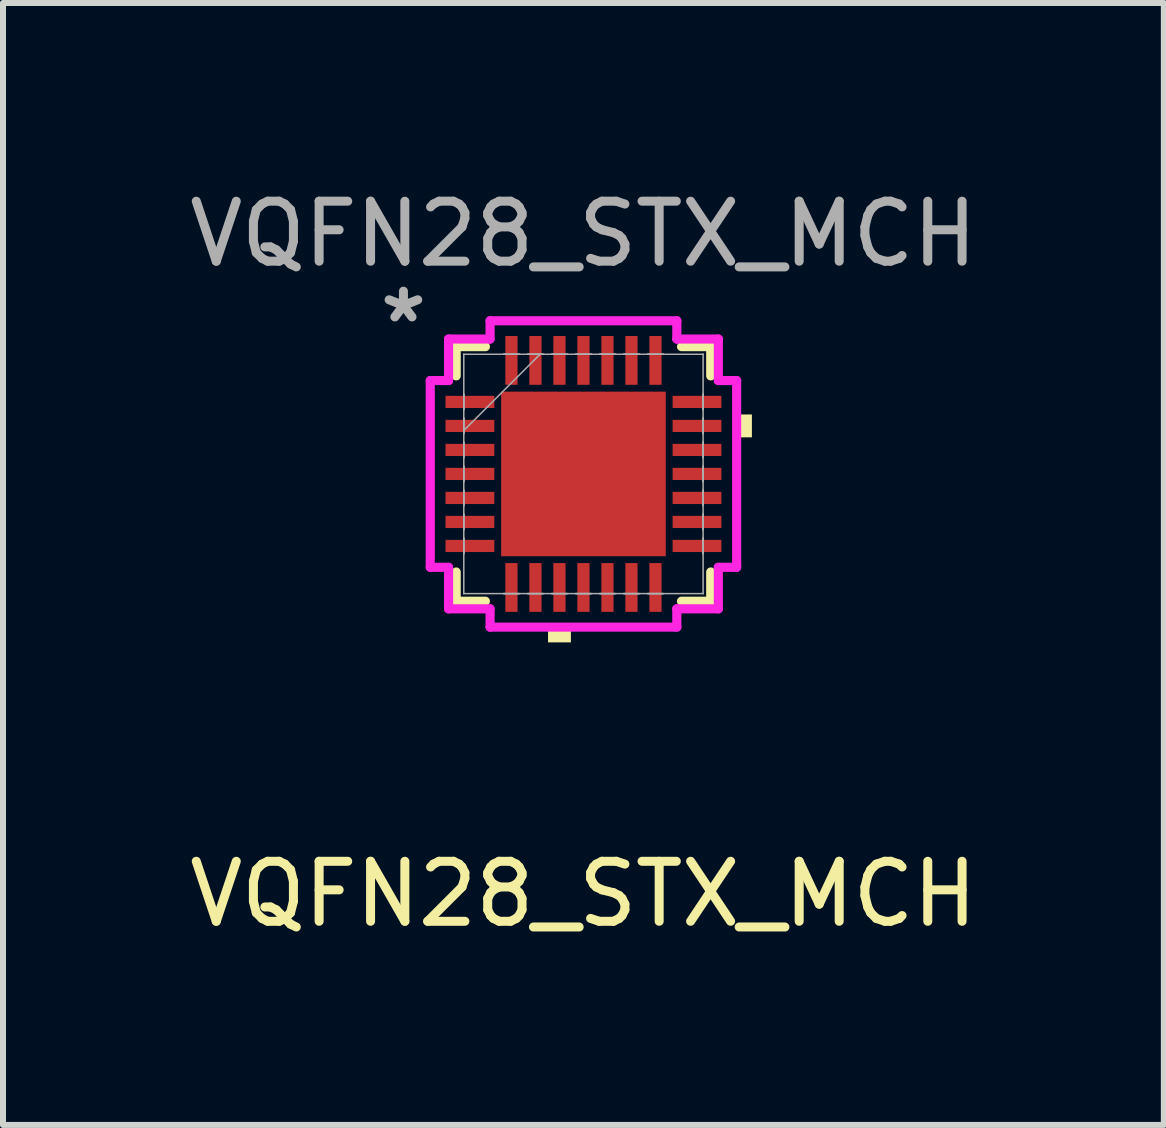
<source format=kicad_pcb>
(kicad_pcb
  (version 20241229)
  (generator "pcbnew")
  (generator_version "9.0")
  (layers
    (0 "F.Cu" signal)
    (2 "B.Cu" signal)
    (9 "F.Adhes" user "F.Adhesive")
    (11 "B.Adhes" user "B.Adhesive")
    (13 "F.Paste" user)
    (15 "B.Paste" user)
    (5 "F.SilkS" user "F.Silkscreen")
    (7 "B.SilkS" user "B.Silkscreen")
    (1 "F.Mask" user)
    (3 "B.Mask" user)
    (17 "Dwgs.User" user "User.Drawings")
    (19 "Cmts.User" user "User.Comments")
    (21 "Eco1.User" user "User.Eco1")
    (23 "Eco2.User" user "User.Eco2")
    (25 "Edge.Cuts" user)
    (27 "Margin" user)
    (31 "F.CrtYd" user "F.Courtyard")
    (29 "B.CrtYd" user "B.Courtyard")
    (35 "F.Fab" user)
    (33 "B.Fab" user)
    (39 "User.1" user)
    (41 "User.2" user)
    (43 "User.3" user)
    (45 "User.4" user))
  (footprint "VQFN28_STX_MCH"
    (layer "F.Cu")
    (at 6.673 4.848)
    (property "Reference" "VQFN28_STX_MCH" (at 0 7 0) (unlocked yes) (layer "F.SilkS") (effects (font (size 1 1) (thickness 0.15))))
    (attr smd)
    (fp_line (start -2.121 -2.121) (end -2.121 -1.634) (stroke (width 0.152) (type solid)) (layer "F.SilkS"))
    (fp_line (start -2.121 1.634) (end -2.121 2.121) (stroke (width 0.152) (type solid)) (layer "F.SilkS"))
    (fp_line (start -2.121 2.121) (end -1.634 2.121) (stroke (width 0.152) (type solid)) (layer "F.SilkS"))
    (fp_line (start -1.634 -2.121) (end -2.121 -2.121) (stroke (width 0.152) (type solid)) (layer "F.SilkS"))
    (fp_line (start 1.634 2.121) (end 2.121 2.121) (stroke (width 0.152) (type solid)) (layer "F.SilkS"))
    (fp_line (start 2.121 -2.121) (end 1.634 -2.121) (stroke (width 0.152) (type solid)) (layer "F.SilkS"))
    (fp_line (start 2.121 -1.634) (end 2.121 -2.121) (stroke (width 0.152) (type solid)) (layer "F.SilkS"))
    (fp_line (start 2.121 2.121) (end 2.121 1.634) (stroke (width 0.152) (type solid)) (layer "F.SilkS"))
    (fp_poly (pts (xy -0.59 2.553) (xy -0.59 2.807) (xy -0.209 2.807) (xy -0.209 2.553)) (stroke (width 0) (type solid)) (fill yes) (layer "F.SilkS"))
    (fp_poly (pts (xy 2.807 -0.991) (xy 2.807 -0.61) (xy 2.553 -0.61) (xy 2.553 -0.991)) (stroke (width 0) (type solid)) (fill yes) (layer "F.SilkS"))
    (fp_poly (pts (xy -1.272 -1.272) (xy -1.272 -0.1) (xy -0.1 -0.1) (xy -0.1 -1.272)) (stroke (width 0) (type solid)) (fill yes) (layer "F.Paste"))
    (fp_poly (pts (xy -1.272 0.1) (xy -1.272 1.272) (xy -0.1 1.272) (xy -0.1 0.1)) (stroke (width 0) (type solid)) (fill yes) (layer "F.Paste"))
    (fp_poly (pts (xy 0.1 -1.272) (xy 0.1 -0.1) (xy 1.272 -0.1) (xy 1.272 -1.272)) (stroke (width 0) (type solid)) (fill yes) (layer "F.Paste"))
    (fp_poly (pts (xy 0.1 0.1) (xy 0.1 1.272) (xy 1.272 1.272) (xy 1.272 0.1)) (stroke (width 0) (type solid)) (fill yes) (layer "F.Paste"))
    (fp_line (start -2.553 -1.556) (end -2.248 -1.556) (stroke (width 0.152) (type solid)) (layer "F.CrtYd"))
    (fp_line (start -2.553 1.556) (end -2.553 -1.556) (stroke (width 0.152) (type solid)) (layer "F.CrtYd"))
    (fp_line (start -2.248 -2.248) (end -1.556 -2.248) (stroke (width 0.152) (type solid)) (layer "F.CrtYd"))
    (fp_line (start -2.248 -1.556) (end -2.248 -2.248) (stroke (width 0.152) (type solid)) (layer "F.CrtYd"))
    (fp_line (start -2.248 1.556) (end -2.553 1.556) (stroke (width 0.152) (type solid)) (layer "F.CrtYd"))
    (fp_line (start -2.248 2.248) (end -2.248 1.556) (stroke (width 0.152) (type solid)) (layer "F.CrtYd"))
    (fp_line (start -1.556 -2.553) (end 1.556 -2.553) (stroke (width 0.152) (type solid)) (layer "F.CrtYd"))
    (fp_line (start -1.556 -2.248) (end -1.556 -2.553) (stroke (width 0.152) (type solid)) (layer "F.CrtYd"))
    (fp_line (start -1.556 2.248) (end -2.248 2.248) (stroke (width 0.152) (type solid)) (layer "F.CrtYd"))
    (fp_line (start -1.556 2.553) (end -1.556 2.248) (stroke (width 0.152) (type solid)) (layer "F.CrtYd"))
    (fp_line (start 1.556 -2.553) (end 1.556 -2.248) (stroke (width 0.152) (type solid)) (layer "F.CrtYd"))
    (fp_line (start 1.556 -2.248) (end 2.248 -2.248) (stroke (width 0.152) (type solid)) (layer "F.CrtYd"))
    (fp_line (start 1.556 2.248) (end 1.556 2.553) (stroke (width 0.152) (type solid)) (layer "F.CrtYd"))
    (fp_line (start 1.556 2.553) (end -1.556 2.553) (stroke (width 0.152) (type solid)) (layer "F.CrtYd"))
    (fp_line (start 2.248 -2.248) (end 2.248 -1.556) (stroke (width 0.152) (type solid)) (layer "F.CrtYd"))
    (fp_line (start 2.248 -1.556) (end 2.553 -1.556) (stroke (width 0.152) (type solid)) (layer "F.CrtYd"))
    (fp_line (start 2.248 1.556) (end 2.248 2.248) (stroke (width 0.152) (type solid)) (layer "F.CrtYd"))
    (fp_line (start 2.248 2.248) (end 1.556 2.248) (stroke (width 0.152) (type solid)) (layer "F.CrtYd"))
    (fp_line (start 2.553 -1.556) (end 2.553 1.556) (stroke (width 0.152) (type solid)) (layer "F.CrtYd"))
    (fp_line (start 2.553 1.556) (end 2.248 1.556) (stroke (width 0.152) (type solid)) (layer "F.CrtYd"))
    (fp_line (start -1.994 -1.994) (end -1.994 -1.994) (stroke (width 0.025) (type solid)) (layer "F.Fab"))
    (fp_line (start -1.994 -1.994) (end -1.994 1.994) (stroke (width 0.025) (type solid)) (layer "F.Fab"))
    (fp_line (start -1.994 -1.327) (end -1.994 -1.327) (stroke (width 0.025) (type solid)) (layer "F.Fab"))
    (fp_line (start -1.994 -1.327) (end -1.994 -1.073) (stroke (width 0.025) (type solid)) (layer "F.Fab"))
    (fp_line (start -1.994 -1.073) (end -1.994 -1.327) (stroke (width 0.025) (type solid)) (layer "F.Fab"))
    (fp_line (start -1.994 -1.073) (end -1.994 -1.073) (stroke (width 0.025) (type solid)) (layer "F.Fab"))
    (fp_line (start -1.994 -0.927) (end -1.994 -0.927) (stroke (width 0.025) (type solid)) (layer "F.Fab"))
    (fp_line (start -1.994 -0.927) (end -1.994 -0.673) (stroke (width 0.025) (type solid)) (layer "F.Fab"))
    (fp_line (start -1.994 -0.724) (end -0.724 -1.994) (stroke (width 0.025) (type solid)) (layer "F.Fab"))
    (fp_line (start -1.994 -0.673) (end -1.994 -0.927) (stroke (width 0.025) (type solid)) (layer "F.Fab"))
    (fp_line (start -1.994 -0.673) (end -1.994 -0.673) (stroke (width 0.025) (type solid)) (layer "F.Fab"))
    (fp_line (start -1.994 -0.527) (end -1.994 -0.527) (stroke (width 0.025) (type solid)) (layer "F.Fab"))
    (fp_line (start -1.994 -0.527) (end -1.994 -0.273) (stroke (width 0.025) (type solid)) (layer "F.Fab"))
    (fp_line (start -1.994 -0.273) (end -1.994 -0.527) (stroke (width 0.025) (type solid)) (layer "F.Fab"))
    (fp_line (start -1.994 -0.273) (end -1.994 -0.273) (stroke (width 0.025) (type solid)) (layer "F.Fab"))
    (fp_line (start -1.994 -0.127) (end -1.994 -0.127) (stroke (width 0.025) (type solid)) (layer "F.Fab"))
    (fp_line (start -1.994 -0.127) (end -1.994 0.127) (stroke (width 0.025) (type solid)) (layer "F.Fab"))
    (fp_line (start -1.994 0.127) (end -1.994 -0.127) (stroke (width 0.025) (type solid)) (layer "F.Fab"))
    (fp_line (start -1.994 0.127) (end -1.994 0.127) (stroke (width 0.025) (type solid)) (layer "F.Fab"))
    (fp_line (start -1.994 0.273) (end -1.994 0.273) (stroke (width 0.025) (type solid)) (layer "F.Fab"))
    (fp_line (start -1.994 0.273) (end -1.994 0.527) (stroke (width 0.025) (type solid)) (layer "F.Fab"))
    (fp_line (start -1.994 0.527) (end -1.994 0.273) (stroke (width 0.025) (type solid)) (layer "F.Fab"))
    (fp_line (start -1.994 0.527) (end -1.994 0.527) (stroke (width 0.025) (type solid)) (layer "F.Fab"))
    (fp_line (start -1.994 0.673) (end -1.994 0.673) (stroke (width 0.025) (type solid)) (layer "F.Fab"))
    (fp_line (start -1.994 0.673) (end -1.994 0.927) (stroke (width 0.025) (type solid)) (layer "F.Fab"))
    (fp_line (start -1.994 0.927) (end -1.994 0.673) (stroke (width 0.025) (type solid)) (layer "F.Fab"))
    (fp_line (start -1.994 0.927) (end -1.994 0.927) (stroke (width 0.025) (type solid)) (layer "F.Fab"))
    (fp_line (start -1.994 1.073) (end -1.994 1.073) (stroke (width 0.025) (type solid)) (layer "F.Fab"))
    (fp_line (start -1.994 1.073) (end -1.994 1.327) (stroke (width 0.025) (type solid)) (layer "F.Fab"))
    (fp_line (start -1.994 1.327) (end -1.994 1.073) (stroke (width 0.025) (type solid)) (layer "F.Fab"))
    (fp_line (start -1.994 1.327) (end -1.994 1.327) (stroke (width 0.025) (type solid)) (layer "F.Fab"))
    (fp_line (start -1.994 1.994) (end -1.994 1.994) (stroke (width 0.025) (type solid)) (layer "F.Fab"))
    (fp_line (start -1.994 1.994) (end 1.994 1.994) (stroke (width 0.025) (type solid)) (layer "F.Fab"))
    (fp_line (start -1.327 -1.994) (end -1.327 -1.994) (stroke (width 0.025) (type solid)) (layer "F.Fab"))
    (fp_line (start -1.327 -1.994) (end -1.073 -1.994) (stroke (width 0.025) (type solid)) (layer "F.Fab"))
    (fp_line (start -1.327 1.994) (end -1.327 1.994) (stroke (width 0.025) (type solid)) (layer "F.Fab"))
    (fp_line (start -1.327 1.994) (end -1.073 1.994) (stroke (width 0.025) (type solid)) (layer "F.Fab"))
    (fp_line (start -1.073 -1.994) (end -1.327 -1.994) (stroke (width 0.025) (type solid)) (layer "F.Fab"))
    (fp_line (start -1.073 -1.994) (end -1.073 -1.994) (stroke (width 0.025) (type solid)) (layer "F.Fab"))
    (fp_line (start -1.073 1.994) (end -1.327 1.994) (stroke (width 0.025) (type solid)) (layer "F.Fab"))
    (fp_line (start -1.073 1.994) (end -1.073 1.994) (stroke (width 0.025) (type solid)) (layer "F.Fab"))
    (fp_line (start -0.927 -1.994) (end -0.927 -1.994) (stroke (width 0.025) (type solid)) (layer "F.Fab"))
    (fp_line (start -0.927 -1.994) (end -0.673 -1.994) (stroke (width 0.025) (type solid)) (layer "F.Fab"))
    (fp_line (start -0.927 1.994) (end -0.927 1.994) (stroke (width 0.025) (type solid)) (layer "F.Fab"))
    (fp_line (start -0.927 1.994) (end -0.673 1.994) (stroke (width 0.025) (type solid)) (layer "F.Fab"))
    (fp_line (start -0.673 -1.994) (end -0.927 -1.994) (stroke (width 0.025) (type solid)) (layer "F.Fab"))
    (fp_line (start -0.673 -1.994) (end -0.673 -1.994) (stroke (width 0.025) (type solid)) (layer "F.Fab"))
    (fp_line (start -0.673 1.994) (end -0.927 1.994) (stroke (width 0.025) (type solid)) (layer "F.Fab"))
    (fp_line (start -0.673 1.994) (end -0.673 1.994) (stroke (width 0.025) (type solid)) (layer "F.Fab"))
    (fp_line (start -0.527 -1.994) (end -0.527 -1.994) (stroke (width 0.025) (type solid)) (layer "F.Fab"))
    (fp_line (start -0.527 -1.994) (end -0.273 -1.994) (stroke (width 0.025) (type solid)) (layer "F.Fab"))
    (fp_line (start -0.527 1.994) (end -0.527 1.994) (stroke (width 0.025) (type solid)) (layer "F.Fab"))
    (fp_line (start -0.527 1.994) (end -0.273 1.994) (stroke (width 0.025) (type solid)) (layer "F.Fab"))
    (fp_line (start -0.273 -1.994) (end -0.527 -1.994) (stroke (width 0.025) (type solid)) (layer "F.Fab"))
    (fp_line (start -0.273 -1.994) (end -0.273 -1.994) (stroke (width 0.025) (type solid)) (layer "F.Fab"))
    (fp_line (start -0.273 1.994) (end -0.527 1.994) (stroke (width 0.025) (type solid)) (layer "F.Fab"))
    (fp_line (start -0.273 1.994) (end -0.273 1.994) (stroke (width 0.025) (type solid)) (layer "F.Fab"))
    (fp_line (start -0.127 -1.994) (end -0.127 -1.994) (stroke (width 0.025) (type solid)) (layer "F.Fab"))
    (fp_line (start -0.127 -1.994) (end 0.127 -1.994) (stroke (width 0.025) (type solid)) (layer "F.Fab"))
    (fp_line (start -0.127 1.994) (end -0.127 1.994) (stroke (width 0.025) (type solid)) (layer "F.Fab"))
    (fp_line (start -0.127 1.994) (end 0.127 1.994) (stroke (width 0.025) (type solid)) (layer "F.Fab"))
    (fp_line (start 0.127 -1.994) (end -0.127 -1.994) (stroke (width 0.025) (type solid)) (layer "F.Fab"))
    (fp_line (start 0.127 -1.994) (end 0.127 -1.994) (stroke (width 0.025) (type solid)) (layer "F.Fab"))
    (fp_line (start 0.127 1.994) (end -0.127 1.994) (stroke (width 0.025) (type solid)) (layer "F.Fab"))
    (fp_line (start 0.127 1.994) (end 0.127 1.994) (stroke (width 0.025) (type solid)) (layer "F.Fab"))
    (fp_line (start 0.273 -1.994) (end 0.273 -1.994) (stroke (width 0.025) (type solid)) (layer "F.Fab"))
    (fp_line (start 0.273 -1.994) (end 0.527 -1.994) (stroke (width 0.025) (type solid)) (layer "F.Fab"))
    (fp_line (start 0.273 1.994) (end 0.273 1.994) (stroke (width 0.025) (type solid)) (layer "F.Fab"))
    (fp_line (start 0.273 1.994) (end 0.527 1.994) (stroke (width 0.025) (type solid)) (layer "F.Fab"))
    (fp_line (start 0.527 -1.994) (end 0.273 -1.994) (stroke (width 0.025) (type solid)) (layer "F.Fab"))
    (fp_line (start 0.527 -1.994) (end 0.527 -1.994) (stroke (width 0.025) (type solid)) (layer "F.Fab"))
    (fp_line (start 0.527 1.994) (end 0.273 1.994) (stroke (width 0.025) (type solid)) (layer "F.Fab"))
    (fp_line (start 0.527 1.994) (end 0.527 1.994) (stroke (width 0.025) (type solid)) (layer "F.Fab"))
    (fp_line (start 0.673 -1.994) (end 0.673 -1.994) (stroke (width 0.025) (type solid)) (layer "F.Fab"))
    (fp_line (start 0.673 -1.994) (end 0.927 -1.994) (stroke (width 0.025) (type solid)) (layer "F.Fab"))
    (fp_line (start 0.673 1.994) (end 0.673 1.994) (stroke (width 0.025) (type solid)) (layer "F.Fab"))
    (fp_line (start 0.673 1.994) (end 0.927 1.994) (stroke (width 0.025) (type solid)) (layer "F.Fab"))
    (fp_line (start 0.927 -1.994) (end 0.673 -1.994) (stroke (width 0.025) (type solid)) (layer "F.Fab"))
    (fp_line (start 0.927 -1.994) (end 0.927 -1.994) (stroke (width 0.025) (type solid)) (layer "F.Fab"))
    (fp_line (start 0.927 1.994) (end 0.673 1.994) (stroke (width 0.025) (type solid)) (layer "F.Fab"))
    (fp_line (start 0.927 1.994) (end 0.927 1.994) (stroke (width 0.025) (type solid)) (layer "F.Fab"))
    (fp_line (start 1.073 -1.994) (end 1.073 -1.994) (stroke (width 0.025) (type solid)) (layer "F.Fab"))
    (fp_line (start 1.073 -1.994) (end 1.327 -1.994) (stroke (width 0.025) (type solid)) (layer "F.Fab"))
    (fp_line (start 1.073 1.994) (end 1.073 1.994) (stroke (width 0.025) (type solid)) (layer "F.Fab"))
    (fp_line (start 1.073 1.994) (end 1.327 1.994) (stroke (width 0.025) (type solid)) (layer "F.Fab"))
    (fp_line (start 1.327 -1.994) (end 1.073 -1.994) (stroke (width 0.025) (type solid)) (layer "F.Fab"))
    (fp_line (start 1.327 -1.994) (end 1.327 -1.994) (stroke (width 0.025) (type solid)) (layer "F.Fab"))
    (fp_line (start 1.327 1.994) (end 1.073 1.994) (stroke (width 0.025) (type solid)) (layer "F.Fab"))
    (fp_line (start 1.327 1.994) (end 1.327 1.994) (stroke (width 0.025) (type solid)) (layer "F.Fab"))
    (fp_line (start 1.994 -1.994) (end -1.994 -1.994) (stroke (width 0.025) (type solid)) (layer "F.Fab"))
    (fp_line (start 1.994 -1.994) (end 1.994 -1.994) (stroke (width 0.025) (type solid)) (layer "F.Fab"))
    (fp_line (start 1.994 -1.327) (end 1.994 -1.327) (stroke (width 0.025) (type solid)) (layer "F.Fab"))
    (fp_line (start 1.994 -1.327) (end 1.994 -1.073) (stroke (width 0.025) (type solid)) (layer "F.Fab"))
    (fp_line (start 1.994 -1.073) (end 1.994 -1.327) (stroke (width 0.025) (type solid)) (layer "F.Fab"))
    (fp_line (start 1.994 -1.073) (end 1.994 -1.073) (stroke (width 0.025) (type solid)) (layer "F.Fab"))
    (fp_line (start 1.994 -0.927) (end 1.994 -0.927) (stroke (width 0.025) (type solid)) (layer "F.Fab"))
    (fp_line (start 1.994 -0.927) (end 1.994 -0.673) (stroke (width 0.025) (type solid)) (layer "F.Fab"))
    (fp_line (start 1.994 -0.673) (end 1.994 -0.927) (stroke (width 0.025) (type solid)) (layer "F.Fab"))
    (fp_line (start 1.994 -0.673) (end 1.994 -0.673) (stroke (width 0.025) (type solid)) (layer "F.Fab"))
    (fp_line (start 1.994 -0.527) (end 1.994 -0.527) (stroke (width 0.025) (type solid)) (layer "F.Fab"))
    (fp_line (start 1.994 -0.527) (end 1.994 -0.273) (stroke (width 0.025) (type solid)) (layer "F.Fab"))
    (fp_line (start 1.994 -0.273) (end 1.994 -0.527) (stroke (width 0.025) (type solid)) (layer "F.Fab"))
    (fp_line (start 1.994 -0.273) (end 1.994 -0.273) (stroke (width 0.025) (type solid)) (layer "F.Fab"))
    (fp_line (start 1.994 -0.127) (end 1.994 -0.127) (stroke (width 0.025) (type solid)) (layer "F.Fab"))
    (fp_line (start 1.994 -0.127) (end 1.994 0.127) (stroke (width 0.025) (type solid)) (layer "F.Fab"))
    (fp_line (start 1.994 0.127) (end 1.994 -0.127) (stroke (width 0.025) (type solid)) (layer "F.Fab"))
    (fp_line (start 1.994 0.127) (end 1.994 0.127) (stroke (width 0.025) (type solid)) (layer "F.Fab"))
    (fp_line (start 1.994 0.273) (end 1.994 0.273) (stroke (width 0.025) (type solid)) (layer "F.Fab"))
    (fp_line (start 1.994 0.273) (end 1.994 0.527) (stroke (width 0.025) (type solid)) (layer "F.Fab"))
    (fp_line (start 1.994 0.527) (end 1.994 0.273) (stroke (width 0.025) (type solid)) (layer "F.Fab"))
    (fp_line (start 1.994 0.527) (end 1.994 0.527) (stroke (width 0.025) (type solid)) (layer "F.Fab"))
    (fp_line (start 1.994 0.673) (end 1.994 0.673) (stroke (width 0.025) (type solid)) (layer "F.Fab"))
    (fp_line (start 1.994 0.673) (end 1.994 0.927) (stroke (width 0.025) (type solid)) (layer "F.Fab"))
    (fp_line (start 1.994 0.927) (end 1.994 0.673) (stroke (width 0.025) (type solid)) (layer "F.Fab"))
    (fp_line (start 1.994 0.927) (end 1.994 0.927) (stroke (width 0.025) (type solid)) (layer "F.Fab"))
    (fp_line (start 1.994 1.073) (end 1.994 1.073) (stroke (width 0.025) (type solid)) (layer "F.Fab"))
    (fp_line (start 1.994 1.073) (end 1.994 1.327) (stroke (width 0.025) (type solid)) (layer "F.Fab"))
    (fp_line (start 1.994 1.327) (end 1.994 1.073) (stroke (width 0.025) (type solid)) (layer "F.Fab"))
    (fp_line (start 1.994 1.327) (end 1.994 1.327) (stroke (width 0.025) (type solid)) (layer "F.Fab"))
    (fp_line (start 1.994 1.994) (end 1.994 -1.994) (stroke (width 0.025) (type solid)) (layer "F.Fab"))
    (fp_line (start 1.994 1.994) (end 1.994 1.994) (stroke (width 0.025) (type solid)) (layer "F.Fab"))
    (fp_text user "*" (at -3 -2.5 0) (layer "F.Fab") (effects (font (size 1 1) (thickness 0.15))))
    (fp_text user "${REFERENCE}" (at 0 -4 0) (unlocked yes) (layer "F.Fab") (effects (font (size 1 1) (thickness 0.15))))
    (pad "1" smd rect (at -1.892 -1.2 90) (size 0.203 0.813) (layers "F.Cu" "F.Mask" "F.Paste"))
    (pad "2" smd rect (at -1.892 -0.8 90) (size 0.203 0.813) (layers "F.Cu" "F.Mask" "F.Paste"))
    (pad "3" smd rect (at -1.892 -0.4 90) (size 0.203 0.813) (layers "F.Cu" "F.Mask" "F.Paste"))
    (pad "4" smd rect (at -1.892 0 90) (size 0.203 0.813) (layers "F.Cu" "F.Mask" "F.Paste"))
    (pad "5" smd rect (at -1.892 0.4 90) (size 0.203 0.813) (layers "F.Cu" "F.Mask" "F.Paste"))
    (pad "6" smd rect (at -1.892 0.8 90) (size 0.203 0.813) (layers "F.Cu" "F.Mask" "F.Paste"))
    (pad "7" smd rect (at -1.892 1.2 90) (size 0.203 0.813) (layers "F.Cu" "F.Mask" "F.Paste"))
    (pad "8" smd rect (at -1.2 1.892) (size 0.203 0.813) (layers "F.Cu" "F.Mask" "F.Paste"))
    (pad "9" smd rect (at -0.8 1.892) (size 0.203 0.813) (layers "F.Cu" "F.Mask" "F.Paste"))
    (pad "10" smd rect (at -0.4 1.892) (size 0.203 0.813) (layers "F.Cu" "F.Mask" "F.Paste"))
    (pad "11" smd rect (at 0 1.892) (size 0.203 0.813) (layers "F.Cu" "F.Mask" "F.Paste"))
    (pad "12" smd rect (at 0.4 1.892) (size 0.203 0.813) (layers "F.Cu" "F.Mask" "F.Paste"))
    (pad "13" smd rect (at 0.8 1.892) (size 0.203 0.813) (layers "F.Cu" "F.Mask" "F.Paste"))
    (pad "14" smd rect (at 1.2 1.892) (size 0.203 0.813) (layers "F.Cu" "F.Mask" "F.Paste"))
    (pad "15" smd rect (at 1.892 1.2 90) (size 0.203 0.813) (layers "F.Cu" "F.Mask" "F.Paste"))
    (pad "16" smd rect (at 1.892 0.8 90) (size 0.203 0.813) (layers "F.Cu" "F.Mask" "F.Paste"))
    (pad "17" smd rect (at 1.892 0.4 90) (size 0.203 0.813) (layers "F.Cu" "F.Mask" "F.Paste"))
    (pad "18" smd rect (at 1.892 0 90) (size 0.203 0.813) (layers "F.Cu" "F.Mask" "F.Paste"))
    (pad "19" smd rect (at 1.892 -0.4 90) (size 0.203 0.813) (layers "F.Cu" "F.Mask" "F.Paste"))
    (pad "20" smd rect (at 1.892 -0.8 90) (size 0.203 0.813) (layers "F.Cu" "F.Mask" "F.Paste"))
    (pad "21" smd rect (at 1.892 -1.2 90) (size 0.203 0.813) (layers "F.Cu" "F.Mask" "F.Paste"))
    (pad "22" smd rect (at 1.2 -1.892) (size 0.203 0.813) (layers "F.Cu" "F.Mask" "F.Paste"))
    (pad "23" smd rect (at 0.8 -1.892) (size 0.203 0.813) (layers "F.Cu" "F.Mask" "F.Paste"))
    (pad "24" smd rect (at 0.4 -1.892) (size 0.203 0.813) (layers "F.Cu" "F.Mask" "F.Paste"))
    (pad "25" smd rect (at 0 -1.892) (size 0.203 0.813) (layers "F.Cu" "F.Mask" "F.Paste"))
    (pad "26" smd rect (at -0.4 -1.892) (size 0.203 0.813) (layers "F.Cu" "F.Mask" "F.Paste"))
    (pad "27" smd rect (at -0.8 -1.892) (size 0.203 0.813) (layers "F.Cu" "F.Mask" "F.Paste"))
    (pad "28" smd rect (at -1.2 -1.892) (size 0.203 0.813) (layers "F.Cu" "F.Mask" "F.Paste"))
    (pad "29" smd rect (at 0 0) (size 2.743 2.743) (layers "F.Cu" "F.Mask" "F.Paste")))
  (gr_rect
    (start -3 -3)
    (end 16.345 15.697)
    (stroke (width 0.1) (type default))
    (fill no)
    (layer "Edge.Cuts")))
</source>
